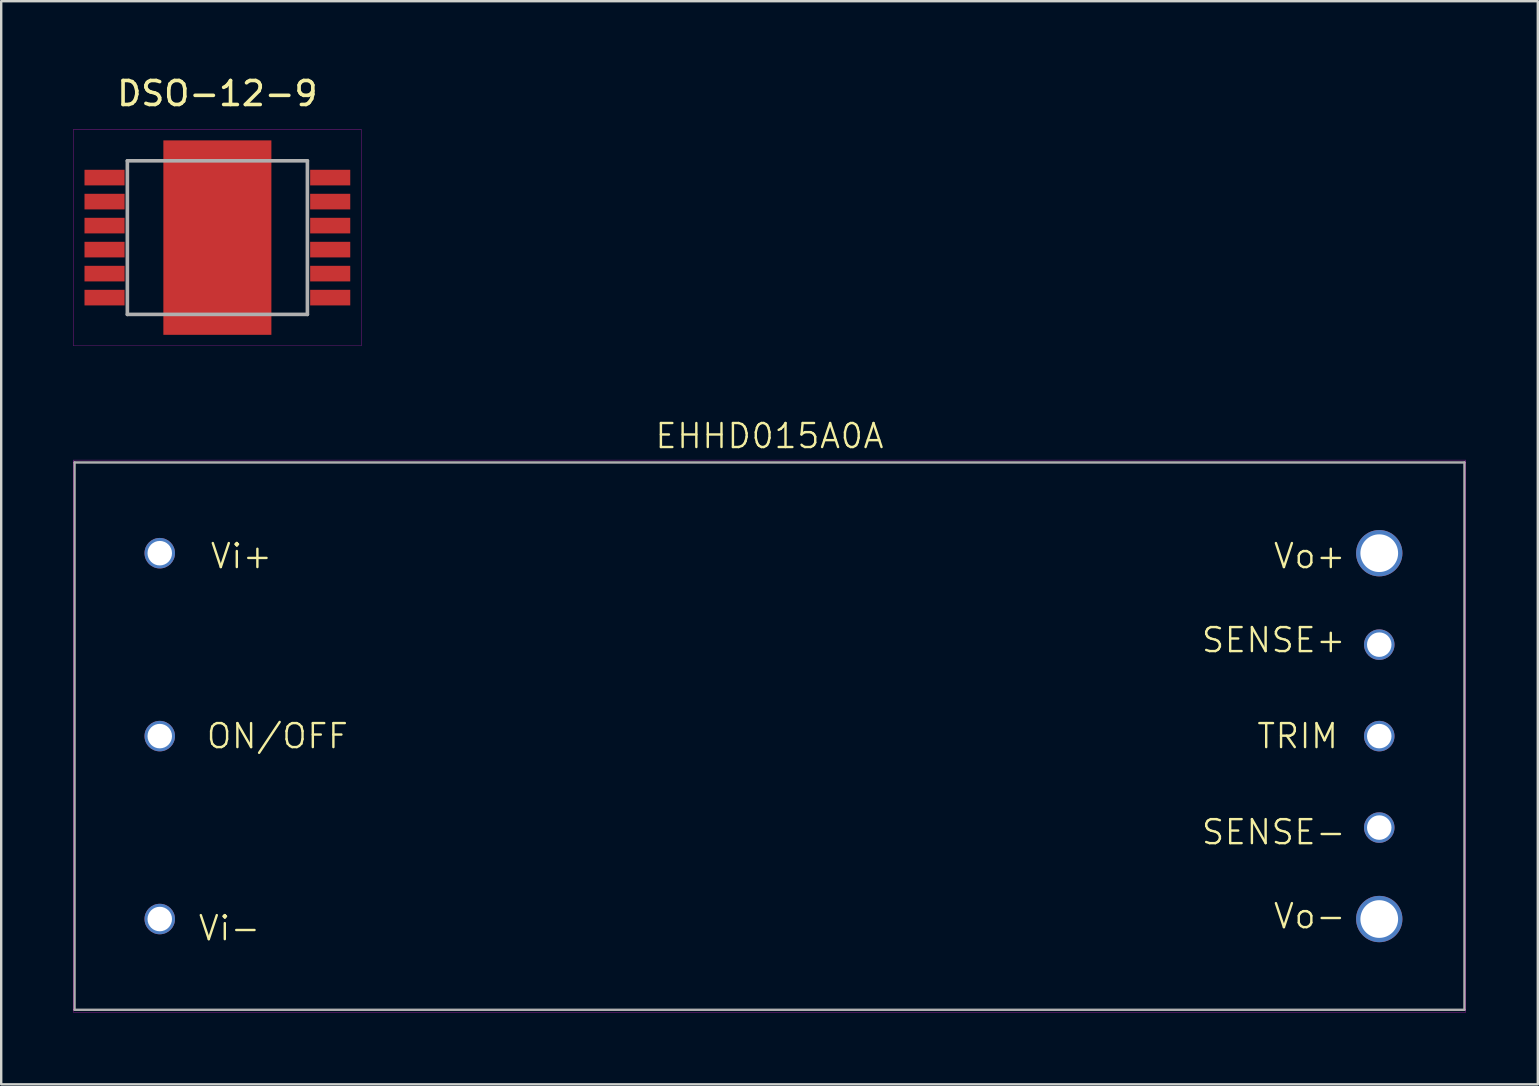
<source format=kicad_pcb>
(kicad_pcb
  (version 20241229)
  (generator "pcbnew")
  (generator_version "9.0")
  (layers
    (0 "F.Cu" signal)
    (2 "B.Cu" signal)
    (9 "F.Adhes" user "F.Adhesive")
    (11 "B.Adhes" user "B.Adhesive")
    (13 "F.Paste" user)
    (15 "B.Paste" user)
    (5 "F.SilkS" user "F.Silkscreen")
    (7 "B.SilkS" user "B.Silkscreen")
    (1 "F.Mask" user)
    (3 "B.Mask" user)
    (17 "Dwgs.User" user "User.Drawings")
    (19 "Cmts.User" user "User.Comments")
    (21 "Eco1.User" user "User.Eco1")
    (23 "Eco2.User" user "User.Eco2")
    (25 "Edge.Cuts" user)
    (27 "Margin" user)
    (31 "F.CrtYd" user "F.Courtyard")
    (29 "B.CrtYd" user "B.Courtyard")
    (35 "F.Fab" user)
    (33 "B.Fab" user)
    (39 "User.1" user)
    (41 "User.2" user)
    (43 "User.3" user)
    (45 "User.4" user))
  (footprint "DSO-12-9"
    (layer "F.Cu")
    (at 6.005 6.848)
    (property "Reference" "DSO-12-9" (at 0 -6 180) (layer "F.SilkS") (effects (font (size 1 1) (thickness 0.15))))
    (attr through_hole)
    (fp_line (start -6 -4.5) (end -6 4.5) (stroke (width 0.01) (type solid)) (layer "F.CrtYd"))
    (fp_line (start -6 4.5) (end 6 4.5) (stroke (width 0.01) (type solid)) (layer "F.CrtYd"))
    (fp_line (start 6 -4.5) (end -6 -4.5) (stroke (width 0.01) (type solid)) (layer "F.CrtYd"))
    (fp_line (start 6 4.5) (end 6 -4.5) (stroke (width 0.01) (type solid)) (layer "F.CrtYd"))
    (fp_line (start -3.75 -3.2) (end 3.75 -3.2) (stroke (width 0.15) (type solid)) (layer "F.Fab"))
    (fp_line (start -3.75 3.2) (end -3.75 -3.2) (stroke (width 0.15) (type solid)) (layer "F.Fab"))
    (fp_line (start -3.75 3.2) (end 3.75 3.2) (stroke (width 0.15) (type solid)) (layer "F.Fab"))
    (fp_line (start 3.75 3.2) (end 3.75 -3.2) (stroke (width 0.15) (type solid)) (layer "F.Fab"))
    (pad "1" smd rect (at 4.7 2.5 90) (size 0.65 1.67) (layers "F.Cu" "F.Mask" "F.Paste"))
    (pad "2" smd rect (at 4.7 1.5 90) (size 0.65 1.67) (layers "F.Cu" "F.Mask" "F.Paste"))
    (pad "3" smd rect (at 4.7 0.5 90) (size 0.65 1.67) (layers "F.Cu" "F.Mask" "F.Paste"))
    (pad "4" smd rect (at 4.7 -0.5 90) (size 0.65 1.67) (layers "F.Cu" "F.Mask" "F.Paste"))
    (pad "5" smd rect (at 4.7 -1.5 90) (size 0.65 1.67) (layers "F.Cu" "F.Mask" "F.Paste"))
    (pad "6" smd rect (at 4.7 -2.5 90) (size 0.65 1.67) (layers "F.Cu" "F.Mask" "F.Paste"))
    (pad "7" smd rect (at -4.7 -2.5 90) (size 0.65 1.67) (layers "F.Cu" "F.Mask" "F.Paste"))
    (pad "8" smd rect (at -4.7 -1.5 90) (size 0.65 1.67) (layers "F.Cu" "F.Mask" "F.Paste"))
    (pad "9" smd rect (at -4.7 -0.5 90) (size 0.65 1.67) (layers "F.Cu" "F.Mask" "F.Paste"))
    (pad "10" smd rect (at -4.7 0.5 90) (size 0.65 1.67) (layers "F.Cu" "F.Mask" "F.Paste"))
    (pad "11" smd rect (at -4.7 1.5 90) (size 0.65 1.67) (layers "F.Cu" "F.Mask" "F.Paste"))
    (pad "12" smd rect (at -4.7 2.5 90) (size 0.65 1.67) (layers "F.Cu" "F.Mask" "F.Paste"))
    (pad "13" smd rect (at 0 0 90) (size 8.1 4.5) (layers "F.Cu" "F.Mask" "F.Paste")))
  (footprint "EHHD015A0A"
    (layer "F.Cu")
    (at 29.005 27.614)
    (property "Reference" "EHHD015A0A" (at 0 -12.5 0) (layer "F.SilkS") (effects (font (size 1 1) (thickness 0.1))))
    (attr through_hole)
    (fp_line (start -29 -11.5) (end 29 -11.5) (stroke (width 0.01) (type solid)) (layer "F.CrtYd"))
    (fp_line (start -29 11.5) (end -29 -11.5) (stroke (width 0.01) (type solid)) (layer "F.CrtYd"))
    (fp_line (start 29 -11.5) (end 29 11.5) (stroke (width 0.01) (type solid)) (layer "F.CrtYd"))
    (fp_line (start 29 11.5) (end -29 11.5) (stroke (width 0.01) (type solid)) (layer "F.CrtYd"))
    (fp_line (start -28.95 -11.4) (end -28.95 11.4) (stroke (width 0.1) (type solid)) (layer "F.Fab"))
    (fp_line (start -28.95 -11.4) (end 28.95 -11.4) (stroke (width 0.1) (type solid)) (layer "F.Fab"))
    (fp_line (start -28.95 11.4) (end 28.95 11.4) (stroke (width 0.1) (type solid)) (layer "F.Fab"))
    (fp_line (start 28.95 -11.4) (end 28.95 11.4) (stroke (width 0.1) (type solid)) (layer "F.Fab"))
    (fp_text user "Vi-" (at -22.5 8 0) (layer "F.SilkS") (effects (font (size 1 1) (thickness 0.1))))
    (fp_text user "Vo+" (at 22.5 -7.5 0) (layer "F.SilkS") (effects (font (size 1 1) (thickness 0.1))))
    (fp_text user "ON/OFF" (at -20.5 0 0) (layer "F.SilkS") (effects (font (size 1 1) (thickness 0.1))))
    (fp_text user "Vi+" (at -22 -7.5 0) (layer "F.SilkS") (effects (font (size 1 1) (thickness 0.1))))
    (fp_text user "TRIM" (at 22 0 0) (layer "F.SilkS") (effects (font (size 1 1) (thickness 0.1))))
    (fp_text user "SENSE+" (at 21 -4 0) (layer "F.SilkS") (effects (font (size 1 1) (thickness 0.1))))
    (fp_text user "SENSE-" (at 21 4 0) (layer "F.SilkS") (effects (font (size 1 1) (thickness 0.1))))
    (fp_text user "Vo-" (at 22.5 7.5 0) (layer "F.SilkS") (effects (font (size 1 1) (thickness 0.1))))
    (pad "1" thru_hole circle (at -25.4 -7.62) (size 1.27 1.27) (drill 1.02) (layers "*.Cu" "*.Mask"))
    (pad "2" thru_hole circle (at -25.4 0) (size 1.27 1.27) (drill 1.02) (layers "*.Cu" "*.Mask"))
    (pad "3" thru_hole circle (at -25.4 7.62) (size 1.27 1.27) (drill 1.02) (layers "*.Cu" "*.Mask"))
    (pad "4" thru_hole circle (at 25.4 7.62) (size 1.93 1.93) (drill 1.57) (layers "*.Cu" "*.Mask"))
    (pad "5" thru_hole circle (at 25.4 3.81) (size 1.27 1.27) (drill 1.02) (layers "*.Cu" "*.Mask"))
    (pad "6" thru_hole circle (at 25.4 0) (size 1.27 1.27) (drill 1.02) (layers "*.Cu" "*.Mask"))
    (pad "7" thru_hole circle (at 25.4 -3.81) (size 1.27 1.27) (drill 1.02) (layers "*.Cu" "*.Mask"))
    (pad "8" thru_hole circle (at 25.4 -7.62) (size 1.93 1.93) (drill 1.57) (layers "*.Cu" "*.Mask")))
  (gr_rect
    (start -3 -3)
    (end 61.01 42.119)
    (stroke (width 0.1) (type default))
    (fill no)
    (layer "Edge.Cuts")))
</source>
